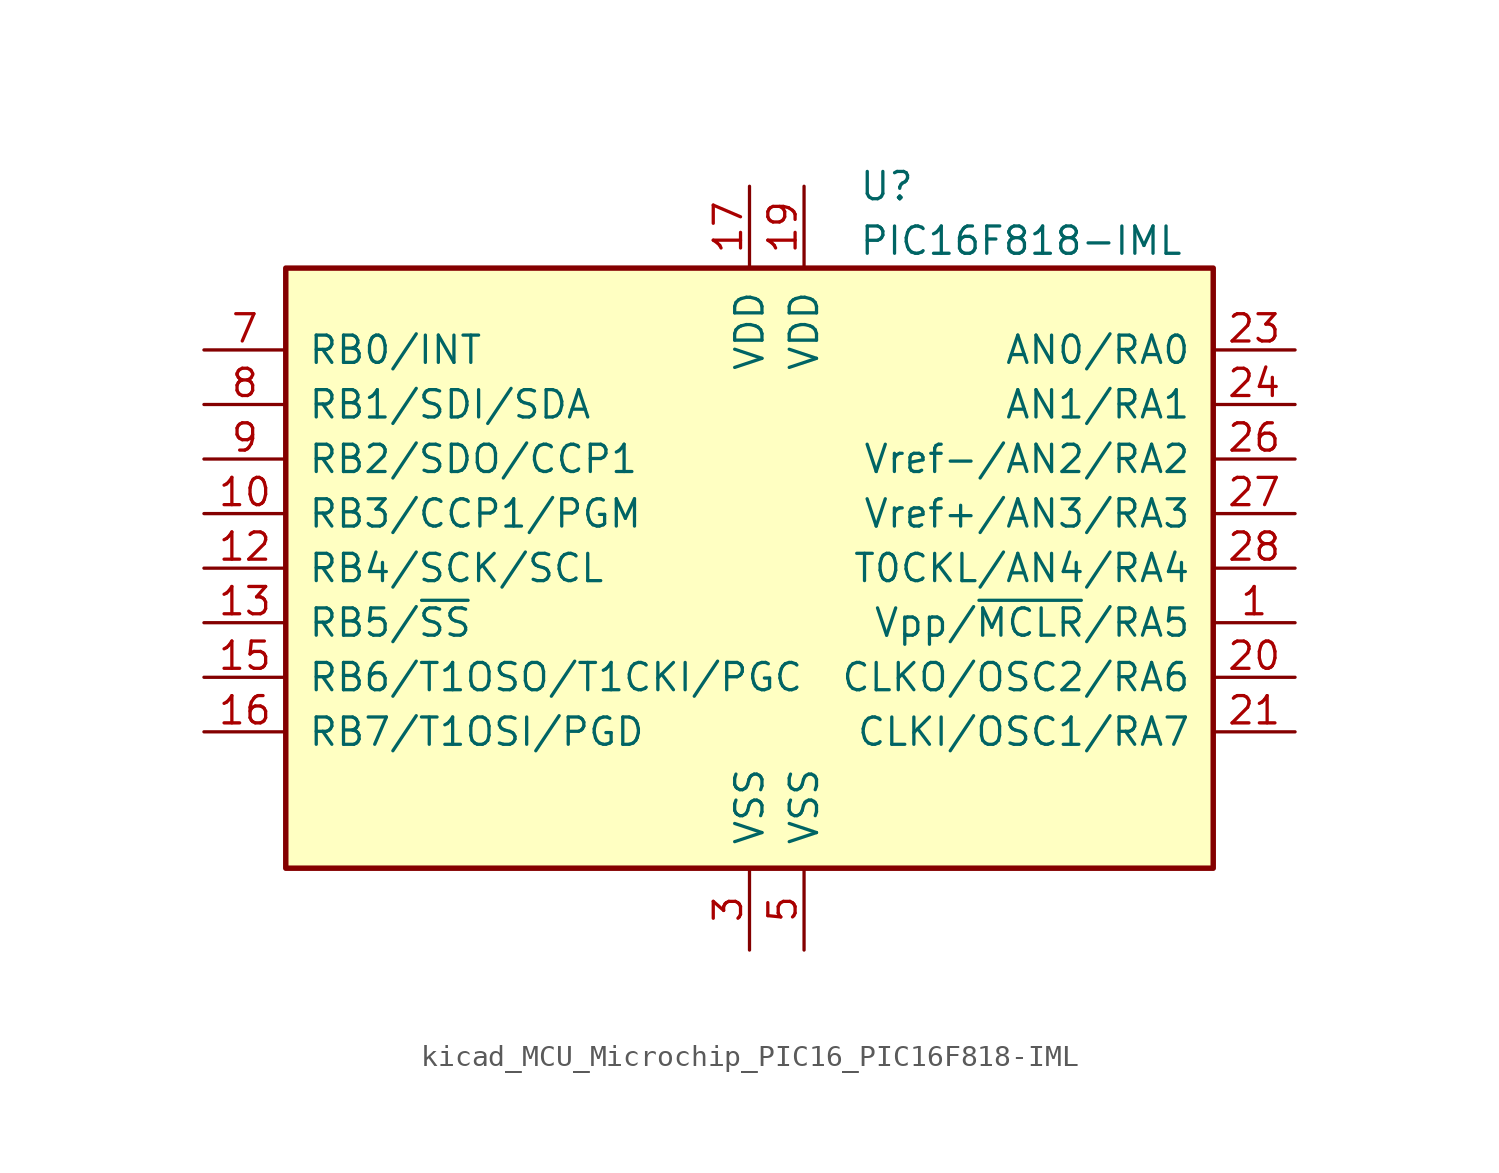
<source format=kicad_sym>
(kicad_symbol_lib
  (version 20220914)
  (generator kicad_symbol_editor)
  (symbol "kicad_MCU_Microchip_PIC16_PIC16F818-IML"
    (pin_names
      (offset 1.016))
    (property "Reference" "U"
      (at 5.08 17.78 0)
      (effects (font (size 1.27 1.27)) (justify left)))
    (property "Value" "PIC16F818-IML"
      (at 5.08 15.24 0)
      (effects (font (size 1.27 1.27)) (justify left)))
    (symbol "kicad_MCU_Microchip_PIC16_PIC16F818-IML_0_1"
      (rectangle (start -21.59 13.97) (end 21.59 -13.97) (stroke (width 0.254) (type default)) (fill (type background))))
    (symbol "kicad_MCU_Microchip_PIC16_PIC16F818-IML_1_1"
      (pin input line (at 25.4 -2.54 180) (length 3.81) (name "Vpp/~{MCLR}/RA5" (effects (font (size 1.27 1.27)))) (number "1" (effects (font (size 1.27 1.27)))))
      (pin bidirectional line (at -25.4 2.54 0) (length 3.81) (name "RB3/CCP1/PGM" (effects (font (size 1.27 1.27)))) (number "10" (effects (font (size 1.27 1.27)))))
      (pin bidirectional line (at -25.4 0 0) (length 3.81) (name "RB4/SCK/SCL" (effects (font (size 1.27 1.27)))) (number "12" (effects (font (size 1.27 1.27)))))
      (pin bidirectional line (at -25.4 -2.54 0) (length 3.81) (name "RB5/~{SS}" (effects (font (size 1.27 1.27)))) (number "13" (effects (font (size 1.27 1.27)))))
      (pin bidirectional line (at -25.4 -5.08 0) (length 3.81) (name "RB6/T1OSO/T1CKI/PGC" (effects (font (size 1.27 1.27)))) (number "15" (effects (font (size 1.27 1.27)))))
      (pin bidirectional line (at -25.4 -7.62 0) (length 3.81) (name "RB7/T1OSI/PGD" (effects (font (size 1.27 1.27)))) (number "16" (effects (font (size 1.27 1.27)))))
      (pin power_in line (at 0 17.78 270) (length 3.81) (name "VDD" (effects (font (size 1.27 1.27)))) (number "17" (effects (font (size 1.27 1.27)))))
      (pin power_in line (at 2.54 17.78 270) (length 3.81) (name "VDD" (effects (font (size 1.27 1.27)))) (number "19" (effects (font (size 1.27 1.27)))))
      (pin bidirectional line (at 25.4 -5.08 180) (length 3.81) (name "CLKO/OSC2/RA6" (effects (font (size 1.27 1.27)))) (number "20" (effects (font (size 1.27 1.27)))))
      (pin bidirectional line (at 25.4 -7.62 180) (length 3.81) (name "CLKI/OSC1/RA7" (effects (font (size 1.27 1.27)))) (number "21" (effects (font (size 1.27 1.27)))))
      (pin bidirectional line (at 25.4 10.16 180) (length 3.81) (name "AN0/RA0" (effects (font (size 1.27 1.27)))) (number "23" (effects (font (size 1.27 1.27)))))
      (pin bidirectional line (at 25.4 7.62 180) (length 3.81) (name "AN1/RA1" (effects (font (size 1.27 1.27)))) (number "24" (effects (font (size 1.27 1.27)))))
      (pin bidirectional line (at 25.4 5.08 180) (length 3.81) (name "Vref-/AN2/RA2" (effects (font (size 1.27 1.27)))) (number "26" (effects (font (size 1.27 1.27)))))
      (pin bidirectional line (at 25.4 2.54 180) (length 3.81) (name "Vref+/AN3/RA3" (effects (font (size 1.27 1.27)))) (number "27" (effects (font (size 1.27 1.27)))))
      (pin bidirectional line (at 25.4 0 180) (length 3.81) (name "T0CKL/AN4/RA4" (effects (font (size 1.27 1.27)))) (number "28" (effects (font (size 1.27 1.27)))))
      (pin power_in line (at 0 -17.78 90) (length 3.81) (name "VSS" (effects (font (size 1.27 1.27)))) (number "3" (effects (font (size 1.27 1.27)))))
      (pin power_in line (at 2.54 -17.78 90) (length 3.81) (name "VSS" (effects (font (size 1.27 1.27)))) (number "5" (effects (font (size 1.27 1.27)))))
      (pin bidirectional line (at -25.4 10.16 0) (length 3.81) (name "RB0/INT" (effects (font (size 1.27 1.27)))) (number "7" (effects (font (size 1.27 1.27)))))
      (pin bidirectional line (at -25.4 7.62 0) (length 3.81) (name "RB1/SDI/SDA" (effects (font (size 1.27 1.27)))) (number "8" (effects (font (size 1.27 1.27)))))
      (pin bidirectional line (at -25.4 5.08 0) (length 3.81) (name "RB2/SDO/CCP1" (effects (font (size 1.27 1.27)))) (number "9" (effects (font (size 1.27 1.27))))))))
</source>
